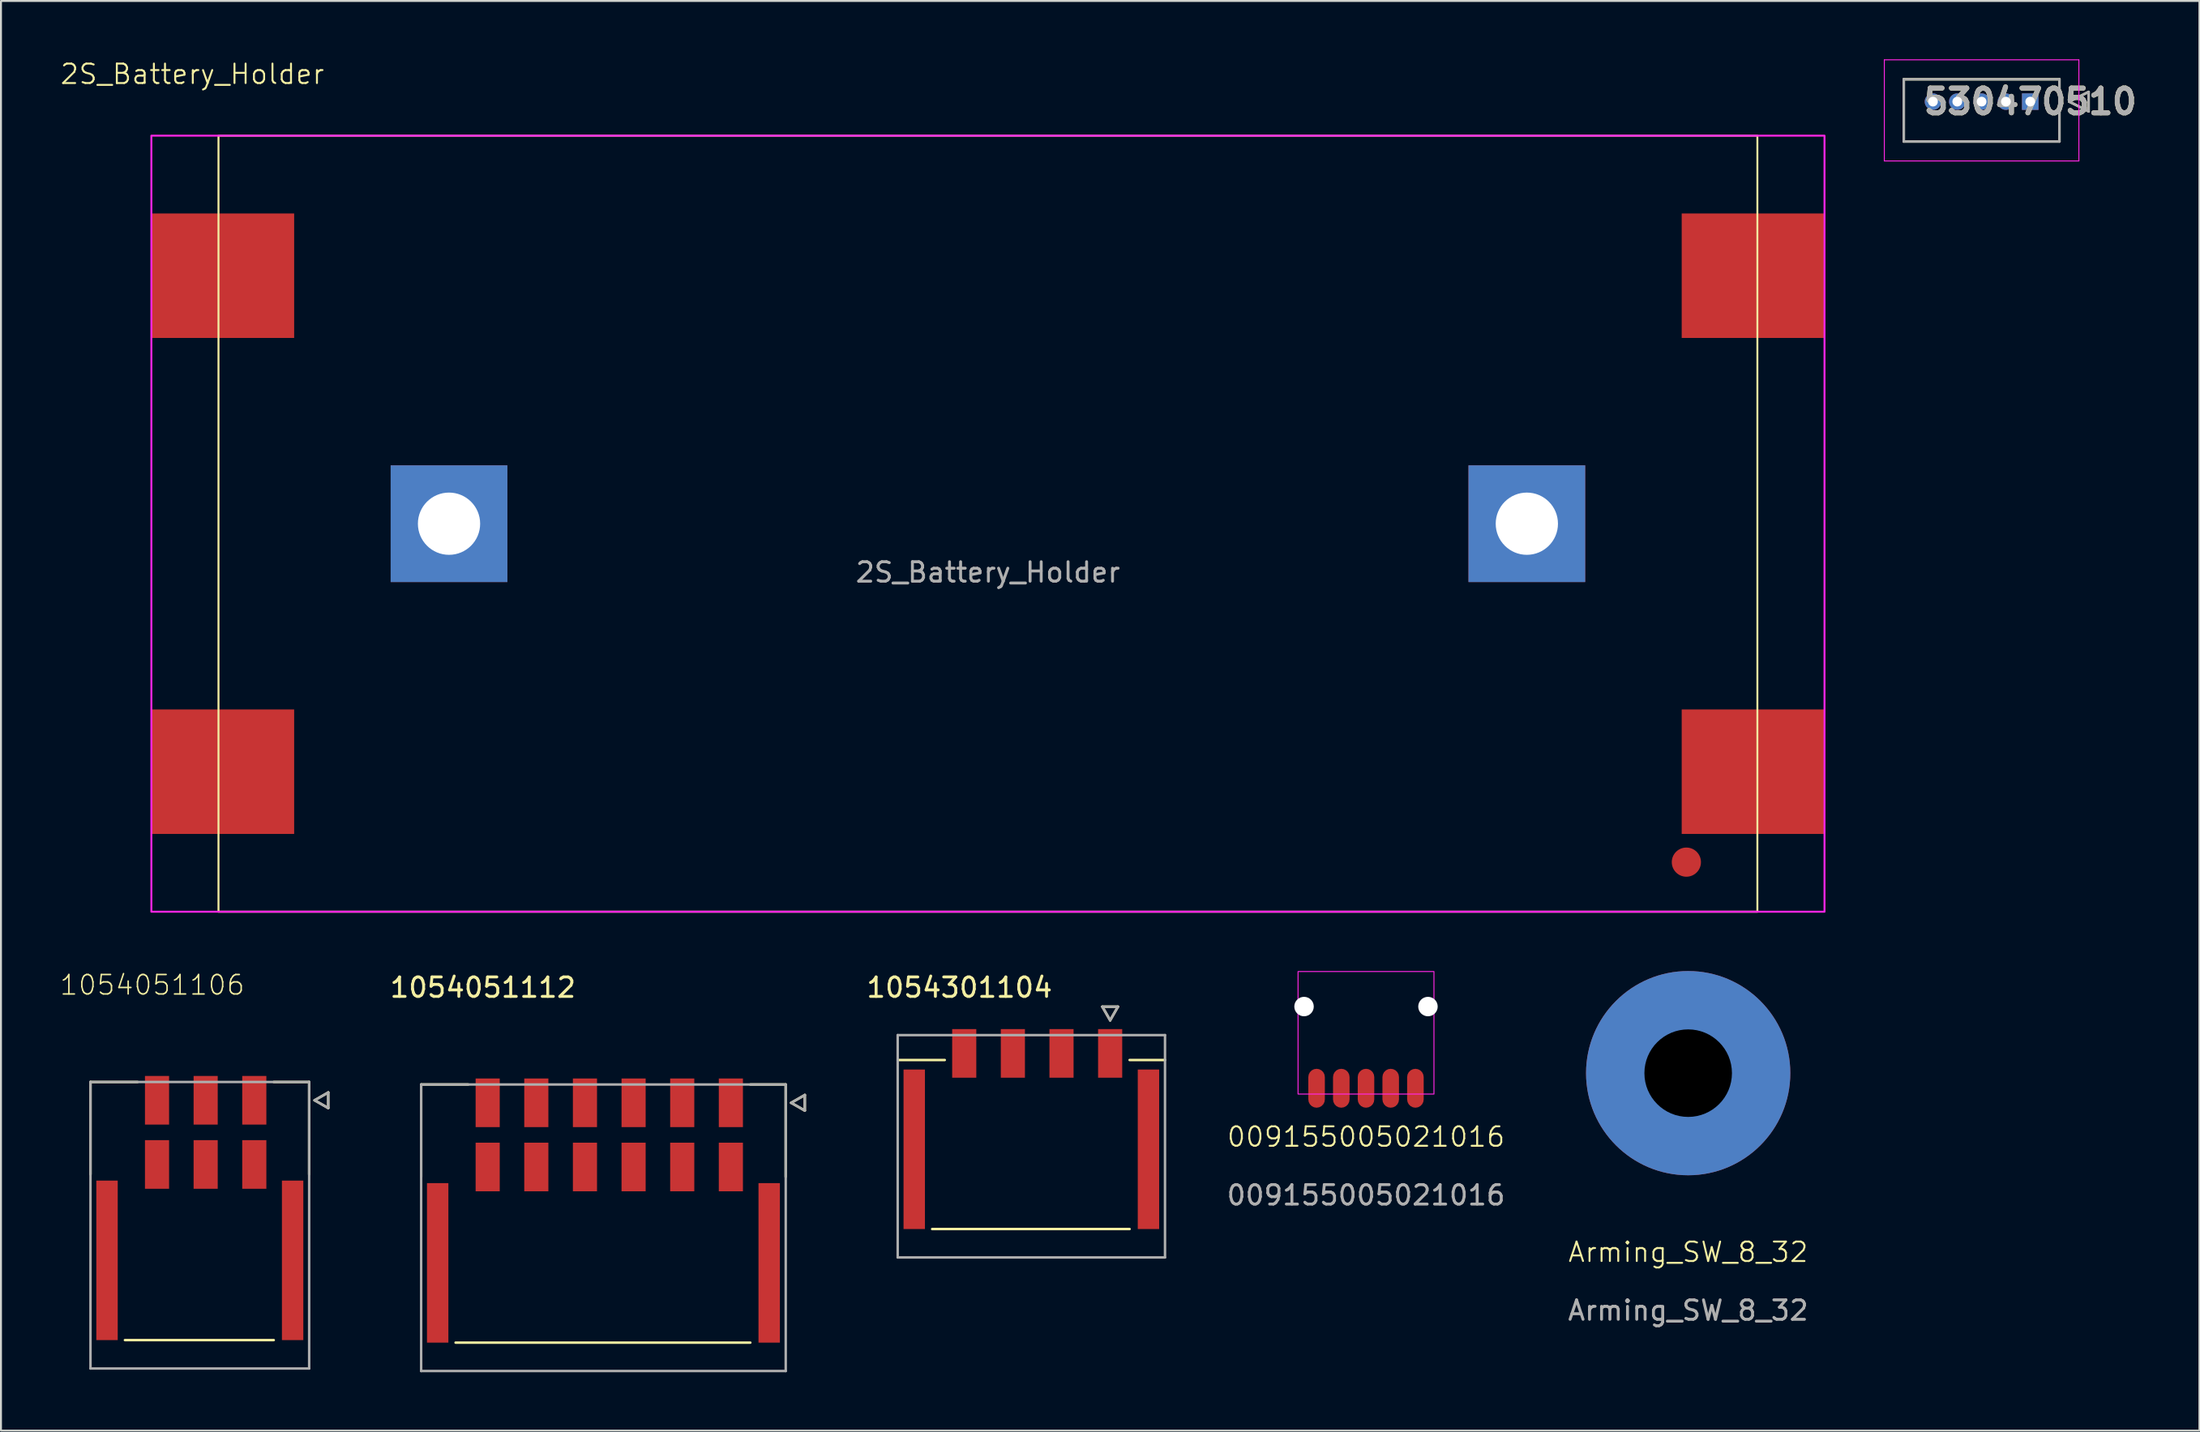
<source format=kicad_pcb>
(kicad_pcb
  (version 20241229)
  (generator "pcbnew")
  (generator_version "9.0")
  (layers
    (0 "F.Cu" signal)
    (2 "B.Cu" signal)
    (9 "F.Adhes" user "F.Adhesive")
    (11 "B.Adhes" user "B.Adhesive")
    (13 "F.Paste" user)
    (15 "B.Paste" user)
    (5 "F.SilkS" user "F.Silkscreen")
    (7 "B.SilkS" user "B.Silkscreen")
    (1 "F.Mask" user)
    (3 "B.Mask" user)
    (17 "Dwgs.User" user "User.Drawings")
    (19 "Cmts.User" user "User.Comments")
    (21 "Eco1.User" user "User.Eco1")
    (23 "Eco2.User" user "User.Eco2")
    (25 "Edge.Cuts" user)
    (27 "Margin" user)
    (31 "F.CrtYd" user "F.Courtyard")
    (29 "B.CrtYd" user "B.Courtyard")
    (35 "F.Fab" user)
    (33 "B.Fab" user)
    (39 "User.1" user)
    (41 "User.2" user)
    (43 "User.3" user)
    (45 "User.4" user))
  (footprint "1054301104"
    (layer "F.Cu")
    (at 49.962 55.883)
    (property "Reference" "1054301104" (at -3.695 -8.16 0) (layer "F.SilkS") (effects (font (size 1 1) (thickness 0.15))))
    (attr smd)
    (fp_poly (pts (xy -6.646 -4.021) (xy -5.394 -4.021) (xy -5.394 4.331) (xy -6.646 4.331)) (stroke (width 0.01) (type solid)) (fill yes) (layer "F.Mask"))
    (fp_poly (pts (xy -4.146 -6.101) (xy -2.754 -6.101) (xy -2.754 -3.449) (xy -4.146 -3.449)) (stroke (width 0.01) (type solid)) (fill yes) (layer "F.Mask"))
    (fp_poly (pts (xy -1.646 -6.101) (xy -0.254 -6.101) (xy -0.254 -3.449) (xy -1.646 -3.449)) (stroke (width 0.01) (type solid)) (fill yes) (layer "F.Mask"))
    (fp_poly (pts (xy 0.854 -6.101) (xy 2.246 -6.101) (xy 2.246 -3.449) (xy 0.854 -3.449)) (stroke (width 0.01) (type solid)) (fill yes) (layer "F.Mask"))
    (fp_poly (pts (xy 3.354 -6.101) (xy 4.746 -6.101) (xy 4.746 -3.449) (xy 3.354 -3.449)) (stroke (width 0.01) (type solid)) (fill yes) (layer "F.Mask"))
    (fp_poly (pts (xy 5.394 -4.021) (xy 6.646 -4.021) (xy 6.646 4.331) (xy 5.394 4.331)) (stroke (width 0.01) (type solid)) (fill yes) (layer "F.Mask"))
    (fp_line (start -6.87 -4.435) (end -4.45 -4.435) (stroke (width 0.127) (type solid)) (layer "F.SilkS"))
    (fp_line (start 3.65 -7.175) (end 4.05 -6.475) (stroke (width 0.127) (type solid)) (layer "F.SilkS"))
    (fp_line (start 4.05 -6.475) (end 4.45 -7.175) (stroke (width 0.127) (type solid)) (layer "F.SilkS"))
    (fp_line (start 4.45 -7.175) (end 3.65 -7.175) (stroke (width 0.127) (type solid)) (layer "F.SilkS"))
    (fp_line (start 5.05 -4.435) (end 6.87 -4.435) (stroke (width 0.127) (type solid)) (layer "F.SilkS"))
    (fp_line (start 5.05 4.255) (end -5.1 4.255) (stroke (width 0.127) (type solid)) (layer "F.SilkS"))
    (fp_line (start -6.87 -5.715) (end 6.87 -5.715) (stroke (width 0.127) (type solid)) (layer "F.Fab"))
    (fp_line (start -6.87 5.715) (end -6.87 -5.715) (stroke (width 0.127) (type solid)) (layer "F.Fab"))
    (fp_line (start 3.65 -7.175) (end 4.05 -6.475) (stroke (width 0.127) (type solid)) (layer "F.Fab"))
    (fp_line (start 4.05 -6.475) (end 4.45 -7.175) (stroke (width 0.127) (type solid)) (layer "F.Fab"))
    (fp_line (start 4.45 -7.175) (end 3.65 -7.175) (stroke (width 0.127) (type solid)) (layer "F.Fab"))
    (fp_line (start 6.87 -5.715) (end 6.87 5.715) (stroke (width 0.127) (type solid)) (layer "F.Fab"))
    (fp_line (start 6.87 5.715) (end -6.87 5.715) (stroke (width 0.127) (type solid)) (layer "F.Fab"))
    (pad "1" smd rect (at 4.05 -4.775) (size 1.24 2.5) (layers "F.Cu" "F.Paste"))
    (pad "2" smd rect (at 1.55 -4.775) (size 1.24 2.5) (layers "F.Cu" "F.Paste"))
    (pad "3" smd rect (at -0.95 -4.775) (size 1.24 2.5) (layers "F.Cu" "F.Paste"))
    (pad "4" smd rect (at -3.45 -4.775) (size 1.24 2.5) (layers "F.Cu" "F.Paste"))
    (pad "S1" smd rect (at -6.02 0.155) (size 1.1 8.2) (layers "F.Cu" "F.Paste"))
    (pad "S2" smd rect (at 6.02 0.155) (size 1.1 8.2) (layers "F.Cu" "F.Paste")))
  (footprint "1054051106"
    (layer "F.Cu")
    (at 7.221 59.943)
    (property "Reference" "1054051106" (at -2.445 -12.35 0) (layer "F.SilkS") (effects (font (size 1 1) (thickness 0.076))))
    (attr smd)
    (fp_poly (pts (xy -5.396 -2.371) (xy -4.144 -2.371) (xy -4.144 5.981) (xy -5.396 5.981)) (stroke (width 0.01) (type solid)) (fill yes) (layer "F.Mask"))
    (fp_poly (pts (xy -2.896 -7.751) (xy -1.504 -7.751) (xy -1.504 -5.099) (xy -2.896 -5.099)) (stroke (width 0.01) (type solid)) (fill yes) (layer "F.Mask"))
    (fp_poly (pts (xy -2.896 -4.451) (xy -1.504 -4.451) (xy -1.504 -1.799) (xy -2.896 -1.799)) (stroke (width 0.01) (type solid)) (fill yes) (layer "F.Mask"))
    (fp_poly (pts (xy -0.396 -7.751) (xy 0.996 -7.751) (xy 0.996 -5.099) (xy -0.396 -5.099)) (stroke (width 0.01) (type solid)) (fill yes) (layer "F.Mask"))
    (fp_poly (pts (xy -0.396 -4.451) (xy 0.996 -4.451) (xy 0.996 -1.799) (xy -0.396 -1.799)) (stroke (width 0.01) (type solid)) (fill yes) (layer "F.Mask"))
    (fp_poly (pts (xy 2.104 -7.751) (xy 3.496 -7.751) (xy 3.496 -5.099) (xy 2.104 -5.099)) (stroke (width 0.01) (type solid)) (fill yes) (layer "F.Mask"))
    (fp_poly (pts (xy 2.104 -4.451) (xy 3.496 -4.451) (xy 3.496 -1.799) (xy 2.104 -1.799)) (stroke (width 0.01) (type solid)) (fill yes) (layer "F.Mask"))
    (fp_poly (pts (xy 4.144 -2.371) (xy 5.396 -2.371) (xy 5.396 5.981) (xy 4.144 5.981)) (stroke (width 0.01) (type solid)) (fill yes) (layer "F.Mask"))
    (fp_line (start -5.62 -7.365) (end -5.62 -2.615) (stroke (width 0.127) (type solid)) (layer "F.SilkS"))
    (fp_line (start -5.62 -7.365) (end -3.2 -7.365) (stroke (width 0.127) (type solid)) (layer "F.SilkS"))
    (fp_line (start 3.8 -7.365) (end 5.62 -7.365) (stroke (width 0.127) (type solid)) (layer "F.SilkS"))
    (fp_line (start 3.8 5.905) (end -3.85 5.905) (stroke (width 0.127) (type solid)) (layer "F.SilkS"))
    (fp_line (start 5.62 -7.365) (end 5.62 -2.615) (stroke (width 0.127) (type solid)) (layer "F.SilkS"))
    (fp_line (start 5.9 -6.425) (end 6.6 -6.025) (stroke (width 0.127) (type solid)) (layer "F.SilkS"))
    (fp_line (start 6.6 -6.825) (end 5.9 -6.425) (stroke (width 0.127) (type solid)) (layer "F.SilkS"))
    (fp_line (start 6.6 -6.025) (end 6.6 -6.825) (stroke (width 0.127) (type solid)) (layer "F.SilkS"))
    (fp_line (start -5.62 -7.365) (end 5.62 -7.365) (stroke (width 0.127) (type solid)) (layer "F.Fab"))
    (fp_line (start -5.62 7.365) (end -5.62 -7.365) (stroke (width 0.127) (type solid)) (layer "F.Fab"))
    (fp_line (start 5.62 -7.365) (end 5.62 7.365) (stroke (width 0.127) (type solid)) (layer "F.Fab"))
    (fp_line (start 5.62 7.365) (end -5.62 7.365) (stroke (width 0.127) (type solid)) (layer "F.Fab"))
    (fp_line (start 5.9 -6.425) (end 6.6 -6.025) (stroke (width 0.127) (type solid)) (layer "F.Fab"))
    (fp_line (start 6.6 -6.825) (end 5.9 -6.425) (stroke (width 0.127) (type solid)) (layer "F.Fab"))
    (fp_line (start 6.6 -6.025) (end 6.6 -6.825) (stroke (width 0.127) (type solid)) (layer "F.Fab"))
    (pad "1" smd rect (at 2.8 -6.425) (size 1.24 2.5) (layers "F.Cu" "F.Paste"))
    (pad "2" smd rect (at 0.3 -6.425) (size 1.24 2.5) (layers "F.Cu" "F.Paste"))
    (pad "3" smd rect (at -2.2 -6.425) (size 1.24 2.5) (layers "F.Cu" "F.Paste"))
    (pad "4" smd rect (at 2.8 -3.125) (size 1.24 2.5) (layers "F.Cu" "F.Paste"))
    (pad "5" smd rect (at 0.3 -3.125) (size 1.24 2.5) (layers "F.Cu" "F.Paste"))
    (pad "6" smd rect (at -2.2 -3.125) (size 1.24 2.5) (layers "F.Cu" "F.Paste"))
    (pad "S1" smd rect (at -4.77 1.805) (size 1.1 8.2) (layers "F.Cu" "F.Paste"))
    (pad "S2" smd rect (at 4.77 1.805) (size 1.1 8.2) (layers "F.Cu" "F.Paste")))
  (footprint "1054051112"
    (layer "F.Cu")
    (at 27.967 60.073)
    (property "Reference" "1054051112" (at -6.195 -12.35 0) (layer "F.SilkS") (effects (font (size 1 1) (thickness 0.15))))
    (attr smd)
    (fp_poly (pts (xy -9.146 -2.371) (xy -7.894 -2.371) (xy -7.894 5.981) (xy -9.146 5.981)) (stroke (width 0.01) (type solid)) (fill yes) (layer "F.Mask"))
    (fp_poly (pts (xy -6.646 -7.751) (xy -5.254 -7.751) (xy -5.254 -5.099) (xy -6.646 -5.099)) (stroke (width 0.01) (type solid)) (fill yes) (layer "F.Mask"))
    (fp_poly (pts (xy -6.646 -4.451) (xy -5.254 -4.451) (xy -5.254 -1.799) (xy -6.646 -1.799)) (stroke (width 0.01) (type solid)) (fill yes) (layer "F.Mask"))
    (fp_poly (pts (xy -4.146 -7.751) (xy -2.754 -7.751) (xy -2.754 -5.099) (xy -4.146 -5.099)) (stroke (width 0.01) (type solid)) (fill yes) (layer "F.Mask"))
    (fp_poly (pts (xy -4.146 -4.451) (xy -2.754 -4.451) (xy -2.754 -1.799) (xy -4.146 -1.799)) (stroke (width 0.01) (type solid)) (fill yes) (layer "F.Mask"))
    (fp_poly (pts (xy -1.646 -7.751) (xy -0.254 -7.751) (xy -0.254 -5.099) (xy -1.646 -5.099)) (stroke (width 0.01) (type solid)) (fill yes) (layer "F.Mask"))
    (fp_poly (pts (xy -1.646 -4.451) (xy -0.254 -4.451) (xy -0.254 -1.799) (xy -1.646 -1.799)) (stroke (width 0.01) (type solid)) (fill yes) (layer "F.Mask"))
    (fp_poly (pts (xy 0.854 -7.751) (xy 2.246 -7.751) (xy 2.246 -5.099) (xy 0.854 -5.099)) (stroke (width 0.01) (type solid)) (fill yes) (layer "F.Mask"))
    (fp_poly (pts (xy 0.854 -4.451) (xy 2.246 -4.451) (xy 2.246 -1.799) (xy 0.854 -1.799)) (stroke (width 0.01) (type solid)) (fill yes) (layer "F.Mask"))
    (fp_poly (pts (xy 3.354 -7.751) (xy 4.746 -7.751) (xy 4.746 -5.099) (xy 3.354 -5.099)) (stroke (width 0.01) (type solid)) (fill yes) (layer "F.Mask"))
    (fp_poly (pts (xy 3.354 -4.451) (xy 4.746 -4.451) (xy 4.746 -1.799) (xy 3.354 -1.799)) (stroke (width 0.01) (type solid)) (fill yes) (layer "F.Mask"))
    (fp_poly (pts (xy 5.854 -7.751) (xy 7.246 -7.751) (xy 7.246 -5.099) (xy 5.854 -5.099)) (stroke (width 0.01) (type solid)) (fill yes) (layer "F.Mask"))
    (fp_poly (pts (xy 5.854 -4.451) (xy 7.246 -4.451) (xy 7.246 -1.799) (xy 5.854 -1.799)) (stroke (width 0.01) (type solid)) (fill yes) (layer "F.Mask"))
    (fp_poly (pts (xy 7.894 -2.371) (xy 9.146 -2.371) (xy 9.146 5.981) (xy 7.894 5.981)) (stroke (width 0.01) (type solid)) (fill yes) (layer "F.Mask"))
    (fp_line (start -9.37 -7.365) (end -9.37 -2.615) (stroke (width 0.127) (type solid)) (layer "F.SilkS"))
    (fp_line (start -9.37 -7.365) (end -6.95 -7.365) (stroke (width 0.127) (type solid)) (layer "F.SilkS"))
    (fp_line (start 7.55 -7.365) (end 9.37 -7.365) (stroke (width 0.127) (type solid)) (layer "F.SilkS"))
    (fp_line (start 7.55 5.905) (end -7.6 5.905) (stroke (width 0.127) (type solid)) (layer "F.SilkS"))
    (fp_line (start 9.37 -7.365) (end 9.37 -2.615) (stroke (width 0.127) (type solid)) (layer "F.SilkS"))
    (fp_line (start 9.65 -6.425) (end 10.35 -6.025) (stroke (width 0.127) (type solid)) (layer "F.SilkS"))
    (fp_line (start 10.35 -6.825) (end 9.65 -6.425) (stroke (width 0.127) (type solid)) (layer "F.SilkS"))
    (fp_line (start 10.35 -6.025) (end 10.35 -6.825) (stroke (width 0.127) (type solid)) (layer "F.SilkS"))
    (fp_line (start -9.37 -7.365) (end 9.37 -7.365) (stroke (width 0.127) (type solid)) (layer "F.Fab"))
    (fp_line (start -9.37 7.365) (end -9.37 -7.365) (stroke (width 0.127) (type solid)) (layer "F.Fab"))
    (fp_line (start 9.37 -7.365) (end 9.37 7.365) (stroke (width 0.127) (type solid)) (layer "F.Fab"))
    (fp_line (start 9.37 7.365) (end -9.37 7.365) (stroke (width 0.127) (type solid)) (layer "F.Fab"))
    (fp_line (start 9.65 -6.425) (end 10.35 -6.025) (stroke (width 0.127) (type solid)) (layer "F.Fab"))
    (fp_line (start 10.35 -6.825) (end 9.65 -6.425) (stroke (width 0.127) (type solid)) (layer "F.Fab"))
    (fp_line (start 10.35 -6.025) (end 10.35 -6.825) (stroke (width 0.127) (type solid)) (layer "F.Fab"))
    (pad "1" smd rect (at 6.55 -6.425) (size 1.24 2.5) (layers "F.Cu" "F.Paste"))
    (pad "2" smd rect (at 4.05 -6.425) (size 1.24 2.5) (layers "F.Cu" "F.Paste"))
    (pad "3" smd rect (at 1.55 -6.425) (size 1.24 2.5) (layers "F.Cu" "F.Paste"))
    (pad "4" smd rect (at -0.95 -6.425) (size 1.24 2.5) (layers "F.Cu" "F.Paste"))
    (pad "5" smd rect (at -3.45 -6.425) (size 1.24 2.5) (layers "F.Cu" "F.Paste"))
    (pad "6" smd rect (at -5.95 -6.425) (size 1.24 2.5) (layers "F.Cu" "F.Paste"))
    (pad "7" smd rect (at 6.55 -3.125) (size 1.24 2.5) (layers "F.Cu" "F.Paste"))
    (pad "8" smd rect (at 4.05 -3.125) (size 1.24 2.5) (layers "F.Cu" "F.Paste"))
    (pad "9" smd rect (at 1.55 -3.125) (size 1.24 2.5) (layers "F.Cu" "F.Paste"))
    (pad "10" smd rect (at -0.95 -3.125) (size 1.24 2.5) (layers "F.Cu" "F.Paste"))
    (pad "11" smd rect (at -3.45 -3.125) (size 1.24 2.5) (layers "F.Cu" "F.Paste"))
    (pad "12" smd rect (at -5.95 -3.125) (size 1.24 2.5) (layers "F.Cu" "F.Paste"))
    (pad "S1" smd rect (at -8.52 1.805) (size 1.1 8.2) (layers "F.Cu" "F.Paste"))
    (pad "S2" smd rect (at 8.52 1.805) (size 1.1 8.2) (layers "F.Cu" "F.Paste")))
  (footprint "530470510"
    (layer "F.Cu")
    (at 101.305 2.175)
    (property "Reference" "530470510" (at 0 0 0) (layer "F.SilkS") (effects (font (size 1.27 1.27) (thickness 0.254))))
    (attr through_hole)
    (fp_line (start -6.5 -1.15) (end 1.5 -1.15) (stroke (width 0.127) (type solid)) (layer "F.SilkS"))
    (fp_line (start -6.5 2.05) (end -6.5 -1.15) (stroke (width 0.127) (type solid)) (layer "F.SilkS"))
    (fp_line (start 1.5 -1.15) (end 1.5 2.05) (stroke (width 0.127) (type solid)) (layer "F.SilkS"))
    (fp_line (start 1.5 2.05) (end -6.5 2.05) (stroke (width 0.127) (type solid)) (layer "F.SilkS"))
    (fp_line (start 2 0) (end 3 -0.5) (stroke (width 0.127) (type solid)) (layer "F.SilkS"))
    (fp_line (start 3 -0.5) (end 3 0.5) (stroke (width 0.127) (type solid)) (layer "F.SilkS"))
    (fp_line (start 3 0.5) (end 2 0) (stroke (width 0.127) (type solid)) (layer "F.SilkS"))
    (fp_line (start -7.5 -2.15) (end 2.5 -2.15) (stroke (width 0.05) (type solid)) (layer "F.CrtYd"))
    (fp_line (start -7.5 3.05) (end -7.5 -2.15) (stroke (width 0.05) (type solid)) (layer "F.CrtYd"))
    (fp_line (start 2.5 -2.15) (end 2.5 3.05) (stroke (width 0.05) (type solid)) (layer "F.CrtYd"))
    (fp_line (start 2.5 3.05) (end -7.5 3.05) (stroke (width 0.05) (type solid)) (layer "F.CrtYd"))
    (fp_line (start -6.5 -1.15) (end 1.5 -1.15) (stroke (width 0.127) (type solid)) (layer "F.Fab"))
    (fp_line (start -6.5 2.05) (end -6.5 -1.15) (stroke (width 0.127) (type solid)) (layer "F.Fab"))
    (fp_line (start 1.5 -1.15) (end 1.5 2.05) (stroke (width 0.127) (type solid)) (layer "F.Fab"))
    (fp_line (start 1.5 2.05) (end -6.5 2.05) (stroke (width 0.127) (type solid)) (layer "F.Fab"))
    (fp_line (start 2 0) (end 3 -0.5) (stroke (width 0.127) (type solid)) (layer "F.Fab"))
    (fp_line (start 3 -0.5) (end 3 0.5) (stroke (width 0.127) (type solid)) (layer "F.Fab"))
    (fp_line (start 3 0.5) (end 2 0) (stroke (width 0.127) (type solid)) (layer "F.Fab"))
    (fp_text user "${REFERENCE}" (at 0 0 0) (layer "F.Fab") (effects (font (size 1.27 1.27) (thickness 0.254))))
    (pad "1" thru_hole rect (at 0 0) (size 0.85 0.85) (drill 0.5) (layers "*.Cu" "*.Mask"))
    (pad "2" thru_hole circle (at -1.25 0) (size 0.85 0.85) (drill 0.5) (layers "*.Cu" "*.Mask"))
    (pad "3" thru_hole circle (at -2.5 0) (size 0.85 0.85) (drill 0.5) (layers "*.Cu" "*.Mask"))
    (pad "4" thru_hole circle (at -3.75 0) (size 0.85 0.85) (drill 0.5) (layers "*.Cu" "*.Mask"))
    (pad "5" thru_hole circle (at -5 0) (size 0.85 0.85) (drill 0.5) (layers "*.Cu" "*.Mask")))
  (footprint "2S_Battery_Holder"
    (layer "F.Cu")
    (at 47.73 23.875)
    (property "Reference" "2S_Battery_Holder" (at -40.894 -23.114 0) (unlocked yes) (layer "F.SilkS") (effects (font (size 1 1) (thickness 0.1))))
    (attr smd)
    (fp_rect (start -39.55 -19.95) (end 39.55 19.95) (stroke (width 0.1) (type default)) (fill no) (layer "F.SilkS"))
    (fp_rect (start -43 -19.95) (end 43 19.95) (stroke (width 0.1) (type default)) (fill no) (layer "F.CrtYd"))
    (fp_text user "${REFERENCE}" (at 0 2.5 0) (unlocked yes) (layer "F.Fab") (effects (font (size 1 1) (thickness 0.15))))
    (pad "1" smd rect (at -39.33 -12.75) (size 7.34 6.4) (layers "F.Cu" "F.Mask" "F.Paste"))
    (pad "2" smd rect (at -39.33 12.75) (size 7.34 6.4) (layers "F.Cu" "F.Mask" "F.Paste"))
    (pad "3" smd rect (at 39.33 -12.75) (size 7.34 6.4) (layers "F.Cu" "F.Mask" "F.Paste"))
    (pad "4" smd rect (at 39.33 12.75) (size 7.34 6.4) (layers "F.Cu" "F.Mask" "F.Paste"))
    (pad "5" thru_hole rect (at -27.7 0) (size 6 6) (drill 3.2) (layers "*.Cu" "*.Mask"))
    (pad "6" thru_hole rect (at 27.7 0) (size 6 6) (drill 3.2) (layers "*.Cu" "*.Mask"))
    (pad "7" smd circle (at 35.9 17.4) (size 1.5 1.5) (layers "F.Cu" "F.Mask" "F.Paste")))
  (footprint "009155005021016"
    (layer "F.Cu")
    (at 67.163 52.9)
    (property "Reference" "009155005021016" (at 0 2.5 0) (unlocked yes) (layer "F.SilkS") (effects (font (size 1 1) (thickness 0.1))))
    (attr smd)
    (fp_rect (start -3.493 -6) (end 3.493 0.3) (stroke (width 0.05) (type default)) (fill no) (layer "F.CrtYd"))
    (fp_text user "${REFERENCE}" (at 0 5.5 0) (unlocked yes) (layer "F.Fab") (effects (font (size 1 1) (thickness 0.15))))
    (pad "" np_thru_hole circle (at -3.185 -4.2) (size 1 1) (drill 1) (layers "*.Cu" "*.Mask"))
    (pad "" np_thru_hole circle (at 3.185 -4.2) (size 1 1) (drill 1) (layers "*.Cu" "*.Mask"))
    (pad "1" smd roundrect (at -2.54 0) (size 0.85 2) (layers "F.Cu" "F.Mask" "F.Paste") (roundrect_rratio 0.5))
    (pad "2" smd roundrect (at -1.27 0) (size 0.85 2) (layers "F.Cu" "F.Mask" "F.Paste") (roundrect_rratio 0.5))
    (pad "3" smd roundrect (at 0 0) (size 0.85 2) (layers "F.Cu" "F.Mask" "F.Paste") (roundrect_rratio 0.5))
    (pad "4" smd roundrect (at 1.27 0) (size 0.85 2) (layers "F.Cu" "F.Mask" "F.Paste") (roundrect_rratio 0.5))
    (pad "5" smd roundrect (at 2.54 0) (size 0.85 2) (layers "F.Cu" "F.Mask" "F.Paste") (roundrect_rratio 0.5)))
  (footprint "Arming_SW_8_32"
    (layer "F.Cu")
    (at 83.723 52.124)
    (property "Reference" "Arming_SW_8_32" (at 0 9.2 0) (unlocked yes) (layer "F.SilkS") (effects (font (size 1 1) (thickness 0.1))))
    (attr smd)
    (fp_text user "${REFERENCE}" (at 0 12.2 0) (unlocked yes) (layer "F.Fab") (effects (font (size 1 1) (thickness 0.15))))
    (pad "" np_thru_hole circle (at 0 0) (size 4.5 4.5) (drill 4.5) (layers "*.Mask"))
    (pad "1" smd circle (at 0 0) (size 10.5 10.5) (layers "F.Cu" "F.Mask" "F.Paste"))
    (pad "2" smd circle (at 0 0) (size 10.5 10.5) (layers "B.Cu" "B.Mask" "B.Paste")))
  (gr_rect
    (start -3 -3)
    (end 110.002 70.501)
    (stroke (width 0.1) (type default))
    (fill no)
    (layer "Edge.Cuts")))
</source>
